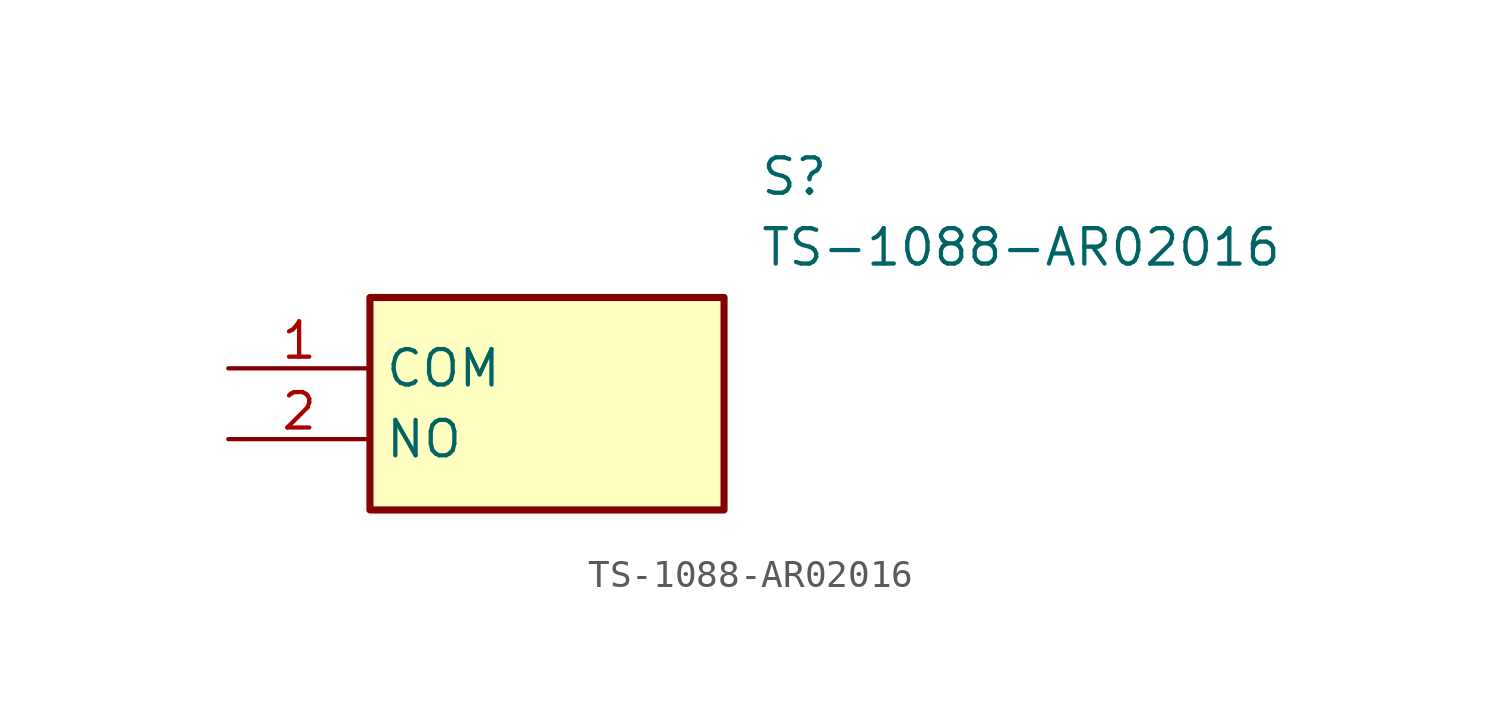
<source format=kicad_sym>
(kicad_symbol_lib
  (version 20211014)
  (generator SamacSys_ECAD_Model)
  (symbol "TS-1088-AR02016"
    (property "Reference" "S"
      (at 19.05 7.62 0)
      (effects (font (size 1.27 1.27)) (justify left top)))
    (property "Value" "TS-1088-AR02016"
      (at 19.05 5.08 0)
      (effects (font (size 1.27 1.27)) (justify left top)))
    (rectangle
      (start 5.08 2.54)
      (end 17.78 -5.08)
      (stroke (width 0.254) (type default))
      (fill (type background)))
    (pin passive line
      (at 0 0 0)
      (length 5.08)
      (name "COM" (effects (font (size 1.27 1.27))))
      (number "1" (effects (font (size 1.27 1.27)))))
    (pin passive line
      (at 0 -2.54 0)
      (length 5.08)
      (name "NO" (effects (font (size 1.27 1.27))))
      (number "2" (effects (font (size 1.27 1.27)))))))
</source>
